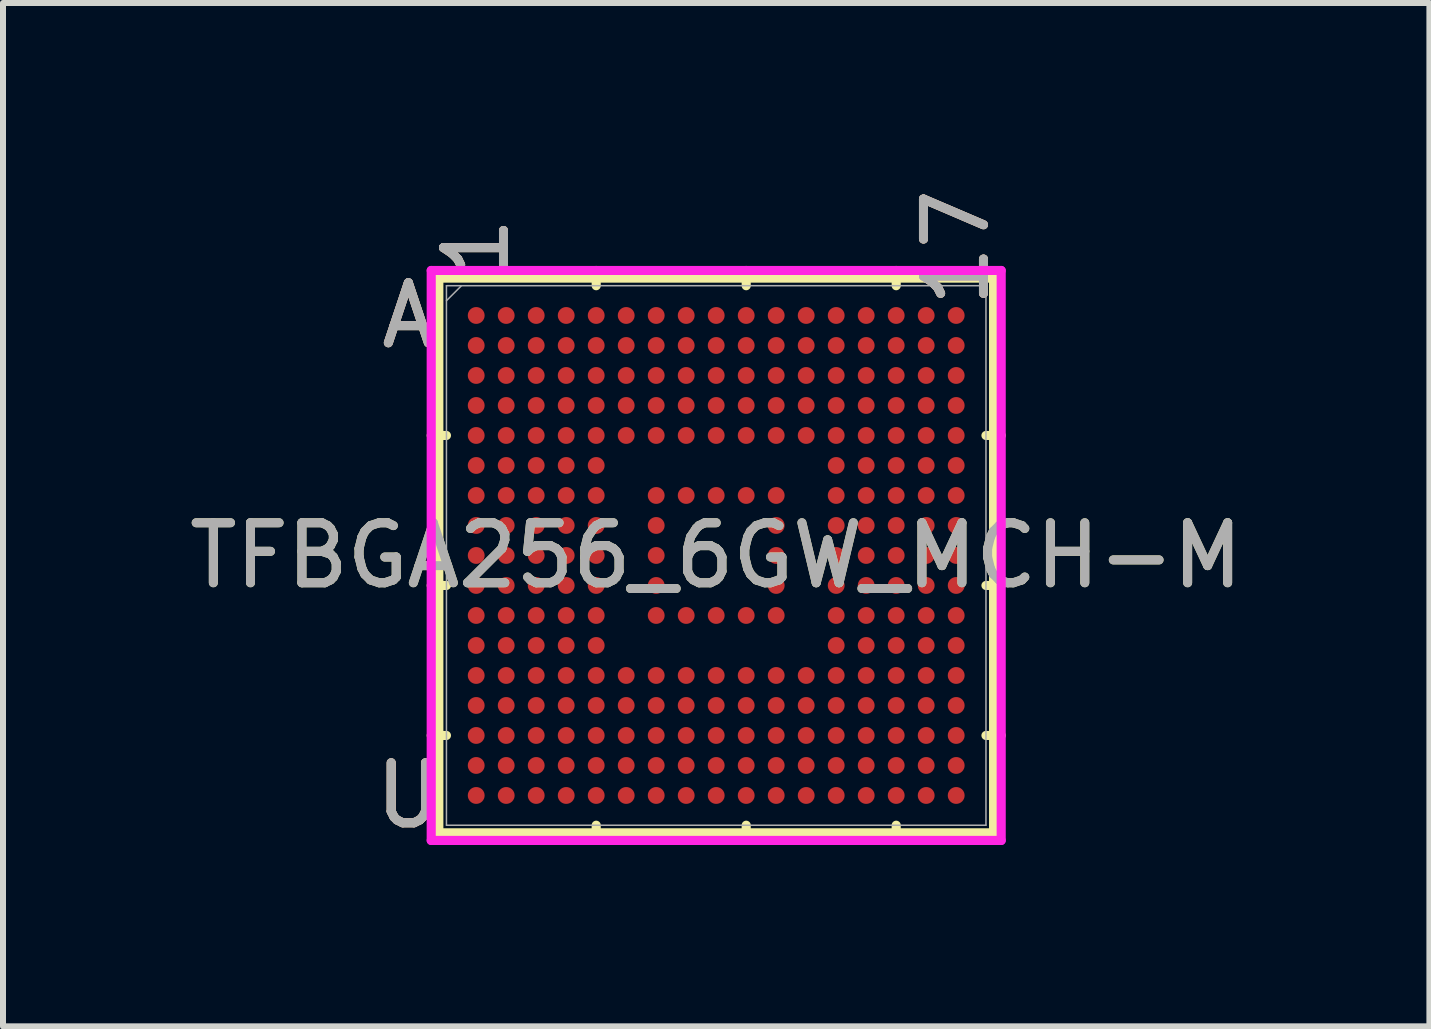
<source format=kicad_pcb>
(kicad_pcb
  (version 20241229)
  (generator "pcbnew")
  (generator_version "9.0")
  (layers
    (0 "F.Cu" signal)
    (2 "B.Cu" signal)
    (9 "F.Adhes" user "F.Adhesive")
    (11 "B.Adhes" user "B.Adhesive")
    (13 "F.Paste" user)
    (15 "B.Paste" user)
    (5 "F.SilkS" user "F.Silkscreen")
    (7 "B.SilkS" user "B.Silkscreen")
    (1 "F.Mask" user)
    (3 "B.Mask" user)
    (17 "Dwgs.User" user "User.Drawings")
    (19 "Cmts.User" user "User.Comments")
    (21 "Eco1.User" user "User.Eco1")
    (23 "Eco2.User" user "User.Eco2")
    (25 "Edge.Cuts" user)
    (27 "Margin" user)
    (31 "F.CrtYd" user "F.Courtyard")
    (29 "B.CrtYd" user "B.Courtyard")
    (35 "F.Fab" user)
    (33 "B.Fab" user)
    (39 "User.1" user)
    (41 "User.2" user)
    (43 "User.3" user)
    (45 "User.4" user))
  (footprint "TFBGA256_6GW_MCH-M"
    (layer "F.Cu")
    (at 8.887 6.208)
    (property "Reference" "TFBGA256_6GW_MCH-M" (at 0 0 0) (unlocked yes) (layer "F.SilkS") (effects (font (size 1 1) (thickness 0.15))))
    (attr smd)
    (fp_line (start -4.623 -4.623) (end -4.623 4.623) (stroke (width 0.152) (type solid)) (layer "F.SilkS"))
    (fp_line (start -4.623 4.623) (end 4.623 4.623) (stroke (width 0.152) (type solid)) (layer "F.SilkS"))
    (fp_line (start -4.496 -2) (end -4.75 -2) (stroke (width 0.152) (type solid)) (layer "F.SilkS"))
    (fp_line (start -4.496 0.5) (end -4.75 0.5) (stroke (width 0.152) (type solid)) (layer "F.SilkS"))
    (fp_line (start -4.496 3) (end -4.75 3) (stroke (width 0.152) (type solid)) (layer "F.SilkS"))
    (fp_line (start -2 -4.496) (end -2 -4.75) (stroke (width 0.152) (type solid)) (layer "F.SilkS"))
    (fp_line (start -2 4.496) (end -2 4.75) (stroke (width 0.152) (type solid)) (layer "F.SilkS"))
    (fp_line (start 0.5 -4.496) (end 0.5 -4.75) (stroke (width 0.152) (type solid)) (layer "F.SilkS"))
    (fp_line (start 0.5 4.496) (end 0.5 4.75) (stroke (width 0.152) (type solid)) (layer "F.SilkS"))
    (fp_line (start 3 -4.496) (end 3 -4.75) (stroke (width 0.152) (type solid)) (layer "F.SilkS"))
    (fp_line (start 3 4.496) (end 3 4.75) (stroke (width 0.152) (type solid)) (layer "F.SilkS"))
    (fp_line (start 4.496 -2) (end 4.75 -2) (stroke (width 0.152) (type solid)) (layer "F.SilkS"))
    (fp_line (start 4.496 0.5) (end 4.75 0.5) (stroke (width 0.152) (type solid)) (layer "F.SilkS"))
    (fp_line (start 4.496 3) (end 4.75 3) (stroke (width 0.152) (type solid)) (layer "F.SilkS"))
    (fp_line (start 4.623 -4.623) (end -4.623 -4.623) (stroke (width 0.152) (type solid)) (layer "F.SilkS"))
    (fp_line (start 4.623 4.623) (end 4.623 -4.623) (stroke (width 0.152) (type solid)) (layer "F.SilkS"))
    (fp_poly (pts (xy -4.694 -4.694) (xy 4.694 -4.694) (xy 4.694 4.694) (xy -4.694 4.694)) (stroke (width 0.1) (type solid)) (fill no) (layer "Eco2.User"))
    (fp_line (start -4.75 -4.75) (end 4.75 -4.75) (stroke (width 0.152) (type solid)) (layer "F.CrtYd"))
    (fp_line (start -4.75 4.75) (end -4.75 -4.75) (stroke (width 0.152) (type solid)) (layer "F.CrtYd"))
    (fp_line (start 4.75 -4.75) (end 4.75 4.75) (stroke (width 0.152) (type solid)) (layer "F.CrtYd"))
    (fp_line (start 4.75 4.75) (end -4.75 4.75) (stroke (width 0.152) (type solid)) (layer "F.CrtYd"))
    (fp_line (start -4.496 -4.496) (end -4.496 4.496) (stroke (width 0.025) (type solid)) (layer "F.Fab"))
    (fp_line (start -4.496 4.496) (end 4.496 4.496) (stroke (width 0.025) (type solid)) (layer "F.Fab"))
    (fp_line (start -4.246 -4.496) (end -4.496 -4.246) (stroke (width 0.025) (type solid)) (layer "F.Fab"))
    (fp_line (start 4.496 -4.496) (end -4.496 -4.496) (stroke (width 0.025) (type solid)) (layer "F.Fab"))
    (fp_line (start 4.496 4.496) (end 4.496 -4.496) (stroke (width 0.025) (type solid)) (layer "F.Fab"))
    (fp_text user "A" (at -5.131 -4 0) (unlocked yes) (layer "F.SilkS") (effects (font (size 1 1) (thickness 0.15))))
    (fp_text user "U" (at -5.131 4 0) (unlocked yes) (layer "F.SilkS") (effects (font (size 1 1) (thickness 0.15))))
    (fp_text user "17" (at 4 -5.131 90) (unlocked yes) (layer "F.SilkS") (effects (font (size 1 1) (thickness 0.15))))
    (fp_text user "1" (at -4 -5.131 90) (unlocked yes) (layer "F.SilkS") (effects (font (size 1 1) (thickness 0.15))))
    (fp_text user "U" (at -5.131 4 0) (unlocked yes) (layer "B.SilkS") (effects (font (size 1 1) (thickness 0.15))))
    (fp_text user "A" (at -5.131 -4 0) (unlocked yes) (layer "B.SilkS") (effects (font (size 1 1) (thickness 0.15))))
    (fp_text user "1" (at -4 -5.131 90) (unlocked yes) (layer "B.SilkS") (effects (font (size 1 1) (thickness 0.15))))
    (fp_text user "17" (at 4 -5.131 90) (unlocked yes) (layer "B.SilkS") (effects (font (size 1 1) (thickness 0.15))))
    (fp_text user "17" (at 4 -5.131 90) (unlocked yes) (layer "F.Fab") (effects (font (size 1 1) (thickness 0.15))))
    (fp_text user "U" (at -5.131 4 0) (unlocked yes) (layer "F.Fab") (effects (font (size 1 1) (thickness 0.15))))
    (fp_text user "A" (at -5.131 -4 0) (unlocked yes) (layer "F.Fab") (effects (font (size 1 1) (thickness 0.15))))
    (fp_text user "${REFERENCE}" (at 0 0 0) (unlocked yes) (layer "F.Fab") (effects (font (size 1 1) (thickness 0.15))))
    (fp_text user "1" (at -4 -5.131 90) (unlocked yes) (layer "F.Fab") (effects (font (size 1 1) (thickness 0.15))))
    (pad "A1" smd circle (at -4 -4) (size 0.281 0.281) (layers "F.Cu" "F.Mask" "F.Paste"))
    (pad "A2" smd circle (at -3.5 -4) (size 0.281 0.281) (layers "F.Cu" "F.Mask" "F.Paste"))
    (pad "A3" smd circle (at -3 -4) (size 0.281 0.281) (layers "F.Cu" "F.Mask" "F.Paste"))
    (pad "A4" smd circle (at -2.5 -4) (size 0.281 0.281) (layers "F.Cu" "F.Mask" "F.Paste"))
    (pad "A5" smd circle (at -2 -4) (size 0.281 0.281) (layers "F.Cu" "F.Mask" "F.Paste"))
    (pad "A6" smd circle (at -1.5 -4) (size 0.281 0.281) (layers "F.Cu" "F.Mask" "F.Paste"))
    (pad "A7" smd circle (at -1 -4) (size 0.281 0.281) (layers "F.Cu" "F.Mask" "F.Paste"))
    (pad "A8" smd circle (at -0.5 -4) (size 0.281 0.281) (layers "F.Cu" "F.Mask" "F.Paste"))
    (pad "A9" smd circle (at 0 -4) (size 0.281 0.281) (layers "F.Cu" "F.Mask" "F.Paste"))
    (pad "A10" smd circle (at 0.5 -4) (size 0.281 0.281) (layers "F.Cu" "F.Mask" "F.Paste"))
    (pad "A11" smd circle (at 1 -4) (size 0.281 0.281) (layers "F.Cu" "F.Mask" "F.Paste"))
    (pad "A12" smd circle (at 1.5 -4) (size 0.281 0.281) (layers "F.Cu" "F.Mask" "F.Paste"))
    (pad "A13" smd circle (at 2 -4) (size 0.281 0.281) (layers "F.Cu" "F.Mask" "F.Paste"))
    (pad "A14" smd circle (at 2.5 -4) (size 0.281 0.281) (layers "F.Cu" "F.Mask" "F.Paste"))
    (pad "A15" smd circle (at 3 -4) (size 0.281 0.281) (layers "F.Cu" "F.Mask" "F.Paste"))
    (pad "A16" smd circle (at 3.5 -4) (size 0.281 0.281) (layers "F.Cu" "F.Mask" "F.Paste"))
    (pad "A17" smd circle (at 4 -4) (size 0.281 0.281) (layers "F.Cu" "F.Mask" "F.Paste"))
    (pad "B1" smd circle (at -4 -3.5) (size 0.281 0.281) (layers "F.Cu" "F.Mask" "F.Paste"))
    (pad "B2" smd circle (at -3.5 -3.5) (size 0.281 0.281) (layers "F.Cu" "F.Mask" "F.Paste"))
    (pad "B3" smd circle (at -3 -3.5) (size 0.281 0.281) (layers "F.Cu" "F.Mask" "F.Paste"))
    (pad "B4" smd circle (at -2.5 -3.5) (size 0.281 0.281) (layers "F.Cu" "F.Mask" "F.Paste"))
    (pad "B5" smd circle (at -2 -3.5) (size 0.281 0.281) (layers "F.Cu" "F.Mask" "F.Paste"))
    (pad "B6" smd circle (at -1.5 -3.5) (size 0.281 0.281) (layers "F.Cu" "F.Mask" "F.Paste"))
    (pad "B7" smd circle (at -1 -3.5) (size 0.281 0.281) (layers "F.Cu" "F.Mask" "F.Paste"))
    (pad "B8" smd circle (at -0.5 -3.5) (size 0.281 0.281) (layers "F.Cu" "F.Mask" "F.Paste"))
    (pad "B9" smd circle (at 0 -3.5) (size 0.281 0.281) (layers "F.Cu" "F.Mask" "F.Paste"))
    (pad "B10" smd circle (at 0.5 -3.5) (size 0.281 0.281) (layers "F.Cu" "F.Mask" "F.Paste"))
    (pad "B11" smd circle (at 1 -3.5) (size 0.281 0.281) (layers "F.Cu" "F.Mask" "F.Paste"))
    (pad "B12" smd circle (at 1.5 -3.5) (size 0.281 0.281) (layers "F.Cu" "F.Mask" "F.Paste"))
    (pad "B13" smd circle (at 2 -3.5) (size 0.281 0.281) (layers "F.Cu" "F.Mask" "F.Paste"))
    (pad "B14" smd circle (at 2.5 -3.5) (size 0.281 0.281) (layers "F.Cu" "F.Mask" "F.Paste"))
    (pad "B15" smd circle (at 3 -3.5) (size 0.281 0.281) (layers "F.Cu" "F.Mask" "F.Paste"))
    (pad "B16" smd circle (at 3.5 -3.5) (size 0.281 0.281) (layers "F.Cu" "F.Mask" "F.Paste"))
    (pad "B17" smd circle (at 4 -3.5) (size 0.281 0.281) (layers "F.Cu" "F.Mask" "F.Paste"))
    (pad "C1" smd circle (at -4 -3) (size 0.281 0.281) (layers "F.Cu" "F.Mask" "F.Paste"))
    (pad "C2" smd circle (at -3.5 -3) (size 0.281 0.281) (layers "F.Cu" "F.Mask" "F.Paste"))
    (pad "C3" smd circle (at -3 -3) (size 0.281 0.281) (layers "F.Cu" "F.Mask" "F.Paste"))
    (pad "C4" smd circle (at -2.5 -3) (size 0.281 0.281) (layers "F.Cu" "F.Mask" "F.Paste"))
    (pad "C5" smd circle (at -2 -3) (size 0.281 0.281) (layers "F.Cu" "F.Mask" "F.Paste"))
    (pad "C6" smd circle (at -1.5 -3) (size 0.281 0.281) (layers "F.Cu" "F.Mask" "F.Paste"))
    (pad "C7" smd circle (at -1 -3) (size 0.281 0.281) (layers "F.Cu" "F.Mask" "F.Paste"))
    (pad "C8" smd circle (at -0.5 -3) (size 0.281 0.281) (layers "F.Cu" "F.Mask" "F.Paste"))
    (pad "C9" smd circle (at 0 -3) (size 0.281 0.281) (layers "F.Cu" "F.Mask" "F.Paste"))
    (pad "C10" smd circle (at 0.5 -3) (size 0.281 0.281) (layers "F.Cu" "F.Mask" "F.Paste"))
    (pad "C11" smd circle (at 1 -3) (size 0.281 0.281) (layers "F.Cu" "F.Mask" "F.Paste"))
    (pad "C12" smd circle (at 1.5 -3) (size 0.281 0.281) (layers "F.Cu" "F.Mask" "F.Paste"))
    (pad "C13" smd circle (at 2 -3) (size 0.281 0.281) (layers "F.Cu" "F.Mask" "F.Paste"))
    (pad "C14" smd circle (at 2.5 -3) (size 0.281 0.281) (layers "F.Cu" "F.Mask" "F.Paste"))
    (pad "C15" smd circle (at 3 -3) (size 0.281 0.281) (layers "F.Cu" "F.Mask" "F.Paste"))
    (pad "C16" smd circle (at 3.5 -3) (size 0.281 0.281) (layers "F.Cu" "F.Mask" "F.Paste"))
    (pad "C17" smd circle (at 4 -3) (size 0.281 0.281) (layers "F.Cu" "F.Mask" "F.Paste"))
    (pad "D1" smd circle (at -4 -2.5) (size 0.281 0.281) (layers "F.Cu" "F.Mask" "F.Paste"))
    (pad "D2" smd circle (at -3.5 -2.5) (size 0.281 0.281) (layers "F.Cu" "F.Mask" "F.Paste"))
    (pad "D3" smd circle (at -3 -2.5) (size 0.281 0.281) (layers "F.Cu" "F.Mask" "F.Paste"))
    (pad "D4" smd circle (at -2.5 -2.5) (size 0.281 0.281) (layers "F.Cu" "F.Mask" "F.Paste"))
    (pad "D5" smd circle (at -2 -2.5) (size 0.281 0.281) (layers "F.Cu" "F.Mask" "F.Paste"))
    (pad "D6" smd circle (at -1.5 -2.5) (size 0.281 0.281) (layers "F.Cu" "F.Mask" "F.Paste"))
    (pad "D7" smd circle (at -1 -2.5) (size 0.281 0.281) (layers "F.Cu" "F.Mask" "F.Paste"))
    (pad "D8" smd circle (at -0.5 -2.5) (size 0.281 0.281) (layers "F.Cu" "F.Mask" "F.Paste"))
    (pad "D9" smd circle (at 0 -2.5) (size 0.281 0.281) (layers "F.Cu" "F.Mask" "F.Paste"))
    (pad "D10" smd circle (at 0.5 -2.5) (size 0.281 0.281) (layers "F.Cu" "F.Mask" "F.Paste"))
    (pad "D11" smd circle (at 1 -2.5) (size 0.281 0.281) (layers "F.Cu" "F.Mask" "F.Paste"))
    (pad "D12" smd circle (at 1.5 -2.5) (size 0.281 0.281) (layers "F.Cu" "F.Mask" "F.Paste"))
    (pad "D13" smd circle (at 2 -2.5) (size 0.281 0.281) (layers "F.Cu" "F.Mask" "F.Paste"))
    (pad "D14" smd circle (at 2.5 -2.5) (size 0.281 0.281) (layers "F.Cu" "F.Mask" "F.Paste"))
    (pad "D15" smd circle (at 3 -2.5) (size 0.281 0.281) (layers "F.Cu" "F.Mask" "F.Paste"))
    (pad "D16" smd circle (at 3.5 -2.5) (size 0.281 0.281) (layers "F.Cu" "F.Mask" "F.Paste"))
    (pad "D17" smd circle (at 4 -2.5) (size 0.281 0.281) (layers "F.Cu" "F.Mask" "F.Paste"))
    (pad "E1" smd circle (at -4 -2) (size 0.281 0.281) (layers "F.Cu" "F.Mask" "F.Paste"))
    (pad "E2" smd circle (at -3.5 -2) (size 0.281 0.281) (layers "F.Cu" "F.Mask" "F.Paste"))
    (pad "E3" smd circle (at -3 -2) (size 0.281 0.281) (layers "F.Cu" "F.Mask" "F.Paste"))
    (pad "E4" smd circle (at -2.5 -2) (size 0.281 0.281) (layers "F.Cu" "F.Mask" "F.Paste"))
    (pad "E5" smd circle (at -2 -2) (size 0.281 0.281) (layers "F.Cu" "F.Mask" "F.Paste"))
    (pad "E6" smd circle (at -1.5 -2) (size 0.281 0.281) (layers "F.Cu" "F.Mask" "F.Paste"))
    (pad "E7" smd circle (at -1 -2) (size 0.281 0.281) (layers "F.Cu" "F.Mask" "F.Paste"))
    (pad "E8" smd circle (at -0.5 -2) (size 0.281 0.281) (layers "F.Cu" "F.Mask" "F.Paste"))
    (pad "E9" smd circle (at 0 -2) (size 0.281 0.281) (layers "F.Cu" "F.Mask" "F.Paste"))
    (pad "E10" smd circle (at 0.5 -2) (size 0.281 0.281) (layers "F.Cu" "F.Mask" "F.Paste"))
    (pad "E11" smd circle (at 1 -2) (size 0.281 0.281) (layers "F.Cu" "F.Mask" "F.Paste"))
    (pad "E12" smd circle (at 1.5 -2) (size 0.281 0.281) (layers "F.Cu" "F.Mask" "F.Paste"))
    (pad "E13" smd circle (at 2 -2) (size 0.281 0.281) (layers "F.Cu" "F.Mask" "F.Paste"))
    (pad "E14" smd circle (at 2.5 -2) (size 0.281 0.281) (layers "F.Cu" "F.Mask" "F.Paste"))
    (pad "E15" smd circle (at 3 -2) (size 0.281 0.281) (layers "F.Cu" "F.Mask" "F.Paste"))
    (pad "E16" smd circle (at 3.5 -2) (size 0.281 0.281) (layers "F.Cu" "F.Mask" "F.Paste"))
    (pad "E17" smd circle (at 4 -2) (size 0.281 0.281) (layers "F.Cu" "F.Mask" "F.Paste"))
    (pad "F1" smd circle (at -4 -1.5) (size 0.281 0.281) (layers "F.Cu" "F.Mask" "F.Paste"))
    (pad "F2" smd circle (at -3.5 -1.5) (size 0.281 0.281) (layers "F.Cu" "F.Mask" "F.Paste"))
    (pad "F3" smd circle (at -3 -1.5) (size 0.281 0.281) (layers "F.Cu" "F.Mask" "F.Paste"))
    (pad "F4" smd circle (at -2.5 -1.5) (size 0.281 0.281) (layers "F.Cu" "F.Mask" "F.Paste"))
    (pad "F5" smd circle (at -2 -1.5) (size 0.281 0.281) (layers "F.Cu" "F.Mask" "F.Paste"))
    (pad "F13" smd circle (at 2 -1.5) (size 0.281 0.281) (layers "F.Cu" "F.Mask" "F.Paste"))
    (pad "F14" smd circle (at 2.5 -1.5) (size 0.281 0.281) (layers "F.Cu" "F.Mask" "F.Paste"))
    (pad "F15" smd circle (at 3 -1.5) (size 0.281 0.281) (layers "F.Cu" "F.Mask" "F.Paste"))
    (pad "F16" smd circle (at 3.5 -1.5) (size 0.281 0.281) (layers "F.Cu" "F.Mask" "F.Paste"))
    (pad "F17" smd circle (at 4 -1.5) (size 0.281 0.281) (layers "F.Cu" "F.Mask" "F.Paste"))
    (pad "G1" smd circle (at -4 -1) (size 0.281 0.281) (layers "F.Cu" "F.Mask" "F.Paste"))
    (pad "G2" smd circle (at -3.5 -1) (size 0.281 0.281) (layers "F.Cu" "F.Mask" "F.Paste"))
    (pad "G3" smd circle (at -3 -1) (size 0.281 0.281) (layers "F.Cu" "F.Mask" "F.Paste"))
    (pad "G4" smd circle (at -2.5 -1) (size 0.281 0.281) (layers "F.Cu" "F.Mask" "F.Paste"))
    (pad "G5" smd circle (at -2 -1) (size 0.281 0.281) (layers "F.Cu" "F.Mask" "F.Paste"))
    (pad "G7" smd circle (at -1 -1) (size 0.281 0.281) (layers "F.Cu" "F.Mask" "F.Paste"))
    (pad "G8" smd circle (at -0.5 -1) (size 0.281 0.281) (layers "F.Cu" "F.Mask" "F.Paste"))
    (pad "G9" smd circle (at 0 -1) (size 0.281 0.281) (layers "F.Cu" "F.Mask" "F.Paste"))
    (pad "G10" smd circle (at 0.5 -1) (size 0.281 0.281) (layers "F.Cu" "F.Mask" "F.Paste"))
    (pad "G11" smd circle (at 1 -1) (size 0.281 0.281) (layers "F.Cu" "F.Mask" "F.Paste"))
    (pad "G13" smd circle (at 2 -1) (size 0.281 0.281) (layers "F.Cu" "F.Mask" "F.Paste"))
    (pad "G14" smd circle (at 2.5 -1) (size 0.281 0.281) (layers "F.Cu" "F.Mask" "F.Paste"))
    (pad "G15" smd circle (at 3 -1) (size 0.281 0.281) (layers "F.Cu" "F.Mask" "F.Paste"))
    (pad "G16" smd circle (at 3.5 -1) (size 0.281 0.281) (layers "F.Cu" "F.Mask" "F.Paste"))
    (pad "G17" smd circle (at 4 -1) (size 0.281 0.281) (layers "F.Cu" "F.Mask" "F.Paste"))
    (pad "H1" smd circle (at -4 -0.5) (size 0.281 0.281) (layers "F.Cu" "F.Mask" "F.Paste"))
    (pad "H2" smd circle (at -3.5 -0.5) (size 0.281 0.281) (layers "F.Cu" "F.Mask" "F.Paste"))
    (pad "H3" smd circle (at -3 -0.5) (size 0.281 0.281) (layers "F.Cu" "F.Mask" "F.Paste"))
    (pad "H4" smd circle (at -2.5 -0.5) (size 0.281 0.281) (layers "F.Cu" "F.Mask" "F.Paste"))
    (pad "H5" smd circle (at -2 -0.5) (size 0.281 0.281) (layers "F.Cu" "F.Mask" "F.Paste"))
    (pad "H7" smd circle (at -1 -0.5) (size 0.281 0.281) (layers "F.Cu" "F.Mask" "F.Paste"))
    (pad "H11" smd circle (at 1 -0.5) (size 0.281 0.281) (layers "F.Cu" "F.Mask" "F.Paste"))
    (pad "H13" smd circle (at 2 -0.5) (size 0.281 0.281) (layers "F.Cu" "F.Mask" "F.Paste"))
    (pad "H14" smd circle (at 2.5 -0.5) (size 0.281 0.281) (layers "F.Cu" "F.Mask" "F.Paste"))
    (pad "H15" smd circle (at 3 -0.5) (size 0.281 0.281) (layers "F.Cu" "F.Mask" "F.Paste"))
    (pad "H16" smd circle (at 3.5 -0.5) (size 0.281 0.281) (layers "F.Cu" "F.Mask" "F.Paste"))
    (pad "H17" smd circle (at 4 -0.5) (size 0.281 0.281) (layers "F.Cu" "F.Mask" "F.Paste"))
    (pad "J1" smd circle (at -4 0) (size 0.281 0.281) (layers "F.Cu" "F.Mask" "F.Paste"))
    (pad "J2" smd circle (at -3.5 0) (size 0.281 0.281) (layers "F.Cu" "F.Mask" "F.Paste"))
    (pad "J3" smd circle (at -3 0) (size 0.281 0.281) (layers "F.Cu" "F.Mask" "F.Paste"))
    (pad "J4" smd circle (at -2.5 0) (size 0.281 0.281) (layers "F.Cu" "F.Mask" "F.Paste"))
    (pad "J5" smd circle (at -2 0) (size 0.281 0.281) (layers "F.Cu" "F.Mask" "F.Paste"))
    (pad "J7" smd circle (at -1 0) (size 0.281 0.281) (layers "F.Cu" "F.Mask" "F.Paste"))
    (pad "J11" smd circle (at 1 0) (size 0.281 0.281) (layers "F.Cu" "F.Mask" "F.Paste"))
    (pad "J13" smd circle (at 2 0) (size 0.281 0.281) (layers "F.Cu" "F.Mask" "F.Paste"))
    (pad "J14" smd circle (at 2.5 0) (size 0.281 0.281) (layers "F.Cu" "F.Mask" "F.Paste"))
    (pad "J15" smd circle (at 3 0) (size 0.281 0.281) (layers "F.Cu" "F.Mask" "F.Paste"))
    (pad "J16" smd circle (at 3.5 0) (size 0.281 0.281) (layers "F.Cu" "F.Mask" "F.Paste"))
    (pad "J17" smd circle (at 4 0) (size 0.281 0.281) (layers "F.Cu" "F.Mask" "F.Paste"))
    (pad "K1" smd circle (at -4 0.5) (size 0.281 0.281) (layers "F.Cu" "F.Mask" "F.Paste"))
    (pad "K2" smd circle (at -3.5 0.5) (size 0.281 0.281) (layers "F.Cu" "F.Mask" "F.Paste"))
    (pad "K3" smd circle (at -3 0.5) (size 0.281 0.281) (layers "F.Cu" "F.Mask" "F.Paste"))
    (pad "K4" smd circle (at -2.5 0.5) (size 0.281 0.281) (layers "F.Cu" "F.Mask" "F.Paste"))
    (pad "K5" smd circle (at -2 0.5) (size 0.281 0.281) (layers "F.Cu" "F.Mask" "F.Paste"))
    (pad "K7" smd circle (at -1 0.5) (size 0.281 0.281) (layers "F.Cu" "F.Mask" "F.Paste"))
    (pad "K11" smd circle (at 1 0.5) (size 0.281 0.281) (layers "F.Cu" "F.Mask" "F.Paste"))
    (pad "K13" smd circle (at 2 0.5) (size 0.281 0.281) (layers "F.Cu" "F.Mask" "F.Paste"))
    (pad "K14" smd circle (at 2.5 0.5) (size 0.281 0.281) (layers "F.Cu" "F.Mask" "F.Paste"))
    (pad "K15" smd circle (at 3 0.5) (size 0.281 0.281) (layers "F.Cu" "F.Mask" "F.Paste"))
    (pad "K16" smd circle (at 3.5 0.5) (size 0.281 0.281) (layers "F.Cu" "F.Mask" "F.Paste"))
    (pad "K17" smd circle (at 4 0.5) (size 0.281 0.281) (layers "F.Cu" "F.Mask" "F.Paste"))
    (pad "L1" smd circle (at -4 1) (size 0.281 0.281) (layers "F.Cu" "F.Mask" "F.Paste"))
    (pad "L2" smd circle (at -3.5 1) (size 0.281 0.281) (layers "F.Cu" "F.Mask" "F.Paste"))
    (pad "L3" smd circle (at -3 1) (size 0.281 0.281) (layers "F.Cu" "F.Mask" "F.Paste"))
    (pad "L4" smd circle (at -2.5 1) (size 0.281 0.281) (layers "F.Cu" "F.Mask" "F.Paste"))
    (pad "L5" smd circle (at -2 1) (size 0.281 0.281) (layers "F.Cu" "F.Mask" "F.Paste"))
    (pad "L7" smd circle (at -1 1) (size 0.281 0.281) (layers "F.Cu" "F.Mask" "F.Paste"))
    (pad "L8" smd circle (at -0.5 1) (size 0.281 0.281) (layers "F.Cu" "F.Mask" "F.Paste"))
    (pad "L9" smd circle (at 0 1) (size 0.281 0.281) (layers "F.Cu" "F.Mask" "F.Paste"))
    (pad "L10" smd circle (at 0.5 1) (size 0.281 0.281) (layers "F.Cu" "F.Mask" "F.Paste"))
    (pad "L11" smd circle (at 1 1) (size 0.281 0.281) (layers "F.Cu" "F.Mask" "F.Paste"))
    (pad "L13" smd circle (at 2 1) (size 0.281 0.281) (layers "F.Cu" "F.Mask" "F.Paste"))
    (pad "L14" smd circle (at 2.5 1) (size 0.281 0.281) (layers "F.Cu" "F.Mask" "F.Paste"))
    (pad "L15" smd circle (at 3 1) (size 0.281 0.281) (layers "F.Cu" "F.Mask" "F.Paste"))
    (pad "L16" smd circle (at 3.5 1) (size 0.281 0.281) (layers "F.Cu" "F.Mask" "F.Paste"))
    (pad "L17" smd circle (at 4 1) (size 0.281 0.281) (layers "F.Cu" "F.Mask" "F.Paste"))
    (pad "M1" smd circle (at -4 1.5) (size 0.281 0.281) (layers "F.Cu" "F.Mask" "F.Paste"))
    (pad "M2" smd circle (at -3.5 1.5) (size 0.281 0.281) (layers "F.Cu" "F.Mask" "F.Paste"))
    (pad "M3" smd circle (at -3 1.5) (size 0.281 0.281) (layers "F.Cu" "F.Mask" "F.Paste"))
    (pad "M4" smd circle (at -2.5 1.5) (size 0.281 0.281) (layers "F.Cu" "F.Mask" "F.Paste"))
    (pad "M5" smd circle (at -2 1.5) (size 0.281 0.281) (layers "F.Cu" "F.Mask" "F.Paste"))
    (pad "M13" smd circle (at 2 1.5) (size 0.281 0.281) (layers "F.Cu" "F.Mask" "F.Paste"))
    (pad "M14" smd circle (at 2.5 1.5) (size 0.281 0.281) (layers "F.Cu" "F.Mask" "F.Paste"))
    (pad "M15" smd circle (at 3 1.5) (size 0.281 0.281) (layers "F.Cu" "F.Mask" "F.Paste"))
    (pad "M16" smd circle (at 3.5 1.5) (size 0.281 0.281) (layers "F.Cu" "F.Mask" "F.Paste"))
    (pad "M17" smd circle (at 4 1.5) (size 0.281 0.281) (layers "F.Cu" "F.Mask" "F.Paste"))
    (pad "N1" smd circle (at -4 2) (size 0.281 0.281) (layers "F.Cu" "F.Mask" "F.Paste"))
    (pad "N2" smd circle (at -3.5 2) (size 0.281 0.281) (layers "F.Cu" "F.Mask" "F.Paste"))
    (pad "N3" smd circle (at -3 2) (size 0.281 0.281) (layers "F.Cu" "F.Mask" "F.Paste"))
    (pad "N4" smd circle (at -2.5 2) (size 0.281 0.281) (layers "F.Cu" "F.Mask" "F.Paste"))
    (pad "N5" smd circle (at -2 2) (size 0.281 0.281) (layers "F.Cu" "F.Mask" "F.Paste"))
    (pad "N6" smd circle (at -1.5 2) (size 0.281 0.281) (layers "F.Cu" "F.Mask" "F.Paste"))
    (pad "N7" smd circle (at -1 2) (size 0.281 0.281) (layers "F.Cu" "F.Mask" "F.Paste"))
    (pad "N8" smd circle (at -0.5 2) (size 0.281 0.281) (layers "F.Cu" "F.Mask" "F.Paste"))
    (pad "N9" smd circle (at 0 2) (size 0.281 0.281) (layers "F.Cu" "F.Mask" "F.Paste"))
    (pad "N10" smd circle (at 0.5 2) (size 0.281 0.281) (layers "F.Cu" "F.Mask" "F.Paste"))
    (pad "N11" smd circle (at 1 2) (size 0.281 0.281) (layers "F.Cu" "F.Mask" "F.Paste"))
    (pad "N12" smd circle (at 1.5 2) (size 0.281 0.281) (layers "F.Cu" "F.Mask" "F.Paste"))
    (pad "N13" smd circle (at 2 2) (size 0.281 0.281) (layers "F.Cu" "F.Mask" "F.Paste"))
    (pad "N14" smd circle (at 2.5 2) (size 0.281 0.281) (layers "F.Cu" "F.Mask" "F.Paste"))
    (pad "N15" smd circle (at 3 2) (size 0.281 0.281) (layers "F.Cu" "F.Mask" "F.Paste"))
    (pad "N16" smd circle (at 3.5 2) (size 0.281 0.281) (layers "F.Cu" "F.Mask" "F.Paste"))
    (pad "N17" smd circle (at 4 2) (size 0.281 0.281) (layers "F.Cu" "F.Mask" "F.Paste"))
    (pad "P1" smd circle (at -4 2.5) (size 0.281 0.281) (layers "F.Cu" "F.Mask" "F.Paste"))
    (pad "P2" smd circle (at -3.5 2.5) (size 0.281 0.281) (layers "F.Cu" "F.Mask" "F.Paste"))
    (pad "P3" smd circle (at -3 2.5) (size 0.281 0.281) (layers "F.Cu" "F.Mask" "F.Paste"))
    (pad "P4" smd circle (at -2.5 2.5) (size 0.281 0.281) (layers "F.Cu" "F.Mask" "F.Paste"))
    (pad "P5" smd circle (at -2 2.5) (size 0.281 0.281) (layers "F.Cu" "F.Mask" "F.Paste"))
    (pad "P6" smd circle (at -1.5 2.5) (size 0.281 0.281) (layers "F.Cu" "F.Mask" "F.Paste"))
    (pad "P7" smd circle (at -1 2.5) (size 0.281 0.281) (layers "F.Cu" "F.Mask" "F.Paste"))
    (pad "P8" smd circle (at -0.5 2.5) (size 0.281 0.281) (layers "F.Cu" "F.Mask" "F.Paste"))
    (pad "P9" smd circle (at 0 2.5) (size 0.281 0.281) (layers "F.Cu" "F.Mask" "F.Paste"))
    (pad "P10" smd circle (at 0.5 2.5) (size 0.281 0.281) (layers "F.Cu" "F.Mask" "F.Paste"))
    (pad "P11" smd circle (at 1 2.5) (size 0.281 0.281) (layers "F.Cu" "F.Mask" "F.Paste"))
    (pad "P12" smd circle (at 1.5 2.5) (size 0.281 0.281) (layers "F.Cu" "F.Mask" "F.Paste"))
    (pad "P13" smd circle (at 2 2.5) (size 0.281 0.281) (layers "F.Cu" "F.Mask" "F.Paste"))
    (pad "P14" smd circle (at 2.5 2.5) (size 0.281 0.281) (layers "F.Cu" "F.Mask" "F.Paste"))
    (pad "P15" smd circle (at 3 2.5) (size 0.281 0.281) (layers "F.Cu" "F.Mask" "F.Paste"))
    (pad "P16" smd circle (at 3.5 2.5) (size 0.281 0.281) (layers "F.Cu" "F.Mask" "F.Paste"))
    (pad "P17" smd circle (at 4 2.5) (size 0.281 0.281) (layers "F.Cu" "F.Mask" "F.Paste"))
    (pad "R1" smd circle (at -4 3) (size 0.281 0.281) (layers "F.Cu" "F.Mask" "F.Paste"))
    (pad "R2" smd circle (at -3.5 3) (size 0.281 0.281) (layers "F.Cu" "F.Mask" "F.Paste"))
    (pad "R3" smd circle (at -3 3) (size 0.281 0.281) (layers "F.Cu" "F.Mask" "F.Paste"))
    (pad "R4" smd circle (at -2.5 3) (size 0.281 0.281) (layers "F.Cu" "F.Mask" "F.Paste"))
    (pad "R5" smd circle (at -2 3) (size 0.281 0.281) (layers "F.Cu" "F.Mask" "F.Paste"))
    (pad "R6" smd circle (at -1.5 3) (size 0.281 0.281) (layers "F.Cu" "F.Mask" "F.Paste"))
    (pad "R7" smd circle (at -1 3) (size 0.281 0.281) (layers "F.Cu" "F.Mask" "F.Paste"))
    (pad "R8" smd circle (at -0.5 3) (size 0.281 0.281) (layers "F.Cu" "F.Mask" "F.Paste"))
    (pad "R9" smd circle (at 0 3) (size 0.281 0.281) (layers "F.Cu" "F.Mask" "F.Paste"))
    (pad "R10" smd circle (at 0.5 3) (size 0.281 0.281) (layers "F.Cu" "F.Mask" "F.Paste"))
    (pad "R11" smd circle (at 1 3) (size 0.281 0.281) (layers "F.Cu" "F.Mask" "F.Paste"))
    (pad "R12" smd circle (at 1.5 3) (size 0.281 0.281) (layers "F.Cu" "F.Mask" "F.Paste"))
    (pad "R13" smd circle (at 2 3) (size 0.281 0.281) (layers "F.Cu" "F.Mask" "F.Paste"))
    (pad "R14" smd circle (at 2.5 3) (size 0.281 0.281) (layers "F.Cu" "F.Mask" "F.Paste"))
    (pad "R15" smd circle (at 3 3) (size 0.281 0.281) (layers "F.Cu" "F.Mask" "F.Paste"))
    (pad "R16" smd circle (at 3.5 3) (size 0.281 0.281) (layers "F.Cu" "F.Mask" "F.Paste"))
    (pad "R17" smd circle (at 4 3) (size 0.281 0.281) (layers "F.Cu" "F.Mask" "F.Paste"))
    (pad "T1" smd circle (at -4 3.5) (size 0.281 0.281) (layers "F.Cu" "F.Mask" "F.Paste"))
    (pad "T2" smd circle (at -3.5 3.5) (size 0.281 0.281) (layers "F.Cu" "F.Mask" "F.Paste"))
    (pad "T3" smd circle (at -3 3.5) (size 0.281 0.281) (layers "F.Cu" "F.Mask" "F.Paste"))
    (pad "T4" smd circle (at -2.5 3.5) (size 0.281 0.281) (layers "F.Cu" "F.Mask" "F.Paste"))
    (pad "T5" smd circle (at -2 3.5) (size 0.281 0.281) (layers "F.Cu" "F.Mask" "F.Paste"))
    (pad "T6" smd circle (at -1.5 3.5) (size 0.281 0.281) (layers "F.Cu" "F.Mask" "F.Paste"))
    (pad "T7" smd circle (at -1 3.5) (size 0.281 0.281) (layers "F.Cu" "F.Mask" "F.Paste"))
    (pad "T8" smd circle (at -0.5 3.5) (size 0.281 0.281) (layers "F.Cu" "F.Mask" "F.Paste"))
    (pad "T9" smd circle (at 0 3.5) (size 0.281 0.281) (layers "F.Cu" "F.Mask" "F.Paste"))
    (pad "T10" smd circle (at 0.5 3.5) (size 0.281 0.281) (layers "F.Cu" "F.Mask" "F.Paste"))
    (pad "T11" smd circle (at 1 3.5) (size 0.281 0.281) (layers "F.Cu" "F.Mask" "F.Paste"))
    (pad "T12" smd circle (at 1.5 3.5) (size 0.281 0.281) (layers "F.Cu" "F.Mask" "F.Paste"))
    (pad "T13" smd circle (at 2 3.5) (size 0.281 0.281) (layers "F.Cu" "F.Mask" "F.Paste"))
    (pad "T14" smd circle (at 2.5 3.5) (size 0.281 0.281) (layers "F.Cu" "F.Mask" "F.Paste"))
    (pad "T15" smd circle (at 3 3.5) (size 0.281 0.281) (layers "F.Cu" "F.Mask" "F.Paste"))
    (pad "T16" smd circle (at 3.5 3.5) (size 0.281 0.281) (layers "F.Cu" "F.Mask" "F.Paste"))
    (pad "T17" smd circle (at 4 3.5) (size 0.281 0.281) (layers "F.Cu" "F.Mask" "F.Paste"))
    (pad "U1" smd circle (at -4 4) (size 0.281 0.281) (layers "F.Cu" "F.Mask" "F.Paste"))
    (pad "U2" smd circle (at -3.5 4) (size 0.281 0.281) (layers "F.Cu" "F.Mask" "F.Paste"))
    (pad "U3" smd circle (at -3 4) (size 0.281 0.281) (layers "F.Cu" "F.Mask" "F.Paste"))
    (pad "U4" smd circle (at -2.5 4) (size 0.281 0.281) (layers "F.Cu" "F.Mask" "F.Paste"))
    (pad "U5" smd circle (at -2 4) (size 0.281 0.281) (layers "F.Cu" "F.Mask" "F.Paste"))
    (pad "U6" smd circle (at -1.5 4) (size 0.281 0.281) (layers "F.Cu" "F.Mask" "F.Paste"))
    (pad "U7" smd circle (at -1 4) (size 0.281 0.281) (layers "F.Cu" "F.Mask" "F.Paste"))
    (pad "U8" smd circle (at -0.5 4) (size 0.281 0.281) (layers "F.Cu" "F.Mask" "F.Paste"))
    (pad "U9" smd circle (at 0 4) (size 0.281 0.281) (layers "F.Cu" "F.Mask" "F.Paste"))
    (pad "U10" smd circle (at 0.5 4) (size 0.281 0.281) (layers "F.Cu" "F.Mask" "F.Paste"))
    (pad "U11" smd circle (at 1 4) (size 0.281 0.281) (layers "F.Cu" "F.Mask" "F.Paste"))
    (pad "U12" smd circle (at 1.5 4) (size 0.281 0.281) (layers "F.Cu" "F.Mask" "F.Paste"))
    (pad "U13" smd circle (at 2 4) (size 0.281 0.281) (layers "F.Cu" "F.Mask" "F.Paste"))
    (pad "U14" smd circle (at 2.5 4) (size 0.281 0.281) (layers "F.Cu" "F.Mask" "F.Paste"))
    (pad "U15" smd circle (at 3 4) (size 0.281 0.281) (layers "F.Cu" "F.Mask" "F.Paste"))
    (pad "U16" smd circle (at 3.5 4) (size 0.281 0.281) (layers "F.Cu" "F.Mask" "F.Paste"))
    (pad "U17" smd circle (at 4 4) (size 0.281 0.281) (layers "F.Cu" "F.Mask" "F.Paste")))
  (gr_rect
    (start -3 -3)
    (end 20.774 14.056)
    (stroke (width 0.1) (type default))
    (fill no)
    (layer "Edge.Cuts")))
</source>
